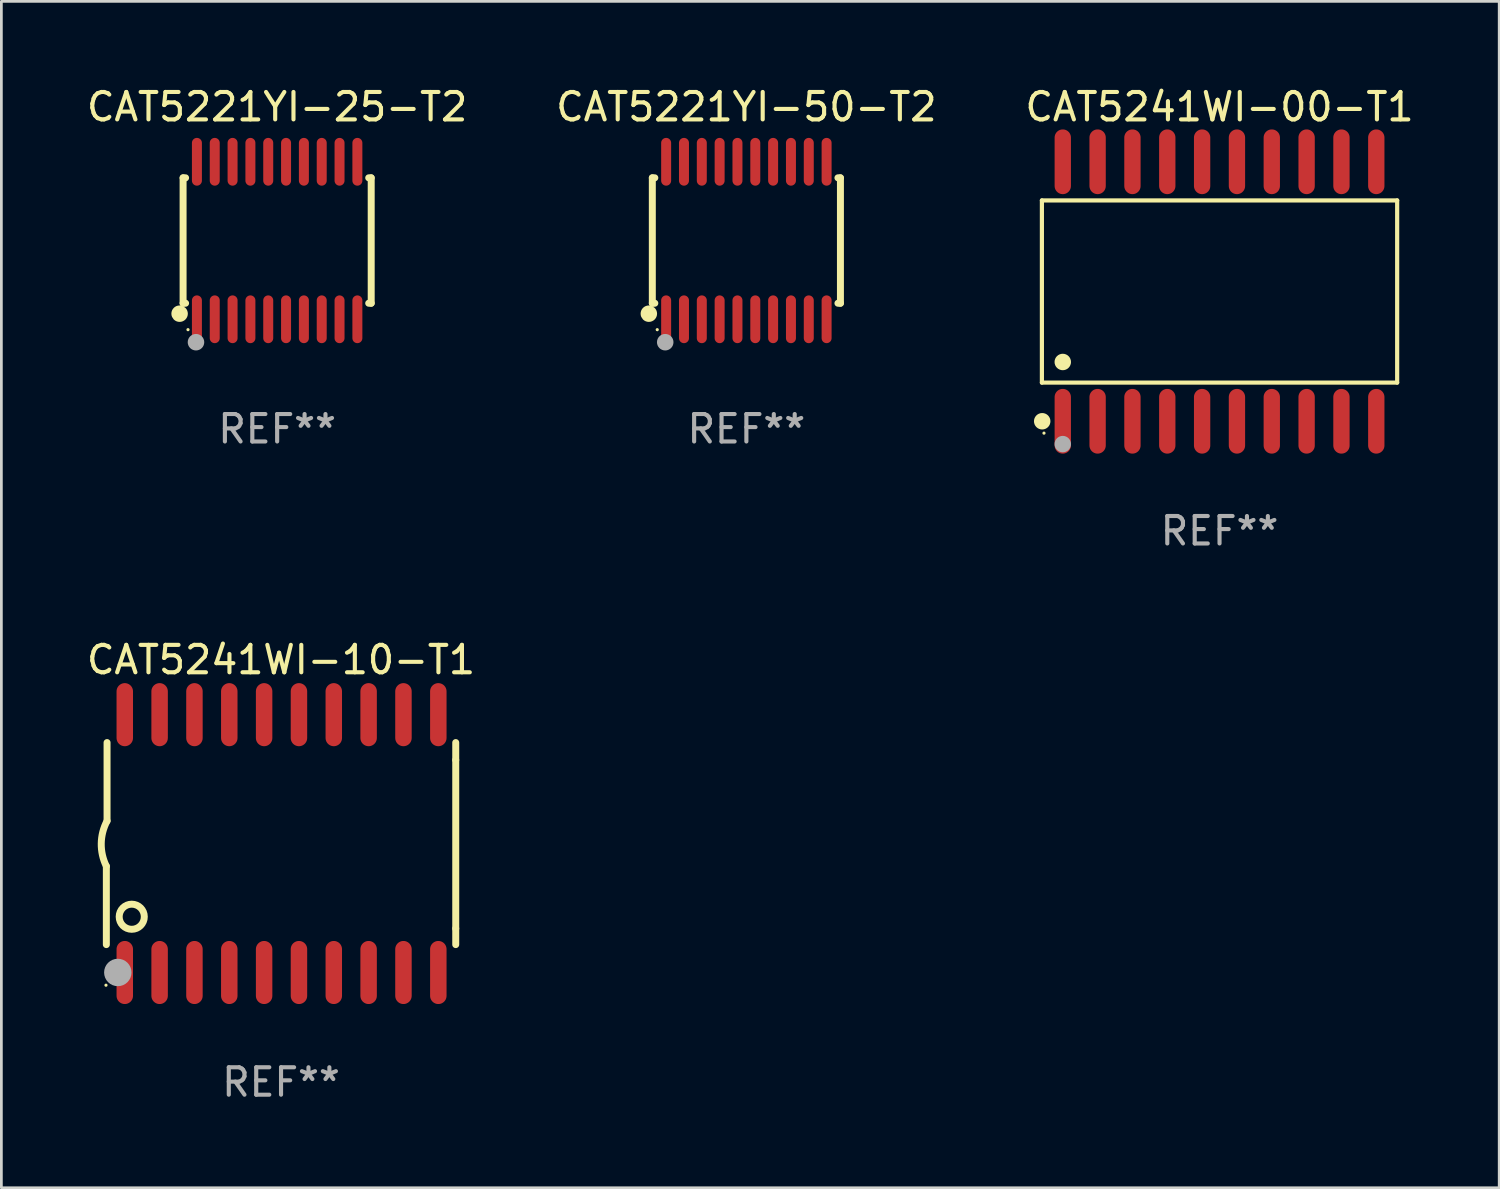
<source format=kicad_pcb>
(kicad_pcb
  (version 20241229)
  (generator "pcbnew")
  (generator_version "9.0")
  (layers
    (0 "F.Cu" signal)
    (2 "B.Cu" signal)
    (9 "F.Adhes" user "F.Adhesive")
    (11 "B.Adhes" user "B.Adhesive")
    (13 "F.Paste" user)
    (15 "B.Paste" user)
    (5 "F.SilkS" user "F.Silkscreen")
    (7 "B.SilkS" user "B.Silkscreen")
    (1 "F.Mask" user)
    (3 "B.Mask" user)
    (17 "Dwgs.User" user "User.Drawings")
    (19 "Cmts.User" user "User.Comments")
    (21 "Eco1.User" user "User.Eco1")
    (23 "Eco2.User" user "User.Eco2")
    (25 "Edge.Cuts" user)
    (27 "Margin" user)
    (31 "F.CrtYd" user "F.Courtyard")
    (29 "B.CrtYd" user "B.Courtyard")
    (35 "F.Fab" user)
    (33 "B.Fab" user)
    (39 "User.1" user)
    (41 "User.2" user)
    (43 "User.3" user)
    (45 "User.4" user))
  (footprint "CAT5221YI-50-T2"
    (layer "F.Cu")
    (at 24.161 5.719)
    (property "Reference" "CAT5221YI-50-T2" (at 0 -4.871 0) (layer "F.SilkS") (effects (font (size 1 1) (thickness 0.15))))
    (attr through_hole)
    (fp_line (start -3.429 -2.286) (end -3.429 2.286) (stroke (width 0.254) (type solid)) (layer "F.SilkS"))
    (fp_line (start -3.429 2.286) (end -3.338 2.286) (stroke (width 0.254) (type solid)) (layer "F.SilkS"))
    (fp_line (start -3.338 -2.286) (end -3.429 -2.286) (stroke (width 0.254) (type solid)) (layer "F.SilkS"))
    (fp_line (start 3.338 -2.286) (end 3.429 -2.286) (stroke (width 0.254) (type solid)) (layer "F.SilkS"))
    (fp_line (start 3.429 -2.286) (end 3.429 2.286) (stroke (width 0.254) (type solid)) (layer "F.SilkS"))
    (fp_line (start 3.429 2.286) (end 3.338 2.286) (stroke (width 0.254) (type solid)) (layer "F.SilkS"))
    (fp_circle (center -3.556 2.667) (end -3.406 2.667) (stroke (width 0.3) (type solid)) (fill no) (layer "F.SilkS"))
    (fp_circle (center -3.25 3.25) (end -3.22 3.25) (stroke (width 0.06) (type solid)) (fill no) (layer "F.SilkS"))
    (fp_circle (center -2.959 3.707) (end -2.808 3.707) (stroke (width 0.3) (type solid)) (fill no) (layer "F.Fab"))
    (fp_text user "REF**" (at 0 6.871 0) (layer "F.Fab") (effects (font (size 1 1) (thickness 0.15))))
    (pad "1" smd oval (at -2.925 2.871) (size 0.364 1.742) (layers "F.Cu" "F.Mask" "F.Paste"))
    (pad "2" smd oval (at -2.275 2.871) (size 0.364 1.742) (layers "F.Cu" "F.Mask" "F.Paste"))
    (pad "3" smd oval (at -1.625 2.871) (size 0.364 1.742) (layers "F.Cu" "F.Mask" "F.Paste"))
    (pad "4" smd oval (at -0.975 2.871) (size 0.364 1.742) (layers "F.Cu" "F.Mask" "F.Paste"))
    (pad "5" smd oval (at -0.325 2.871) (size 0.364 1.742) (layers "F.Cu" "F.Mask" "F.Paste"))
    (pad "6" smd oval (at 0.325 2.871) (size 0.364 1.742) (layers "F.Cu" "F.Mask" "F.Paste"))
    (pad "7" smd oval (at 0.975 2.871) (size 0.364 1.742) (layers "F.Cu" "F.Mask" "F.Paste"))
    (pad "8" smd oval (at 1.625 2.871) (size 0.364 1.742) (layers "F.Cu" "F.Mask" "F.Paste"))
    (pad "9" smd oval (at 2.275 2.871) (size 0.364 1.742) (layers "F.Cu" "F.Mask" "F.Paste"))
    (pad "10" smd oval (at 2.925 2.871) (size 0.364 1.742) (layers "F.Cu" "F.Mask" "F.Paste"))
    (pad "11" smd oval (at 2.925 -2.871) (size 0.364 1.742) (layers "F.Cu" "F.Mask" "F.Paste"))
    (pad "12" smd oval (at 2.275 -2.871) (size 0.364 1.742) (layers "F.Cu" "F.Mask" "F.Paste"))
    (pad "13" smd oval (at 1.625 -2.871) (size 0.364 1.742) (layers "F.Cu" "F.Mask" "F.Paste"))
    (pad "14" smd oval (at 0.975 -2.871) (size 0.364 1.742) (layers "F.Cu" "F.Mask" "F.Paste"))
    (pad "15" smd oval (at 0.325 -2.871) (size 0.364 1.742) (layers "F.Cu" "F.Mask" "F.Paste"))
    (pad "16" smd oval (at -0.325 -2.871) (size 0.364 1.742) (layers "F.Cu" "F.Mask" "F.Paste"))
    (pad "17" smd oval (at -0.975 -2.871) (size 0.364 1.742) (layers "F.Cu" "F.Mask" "F.Paste"))
    (pad "18" smd oval (at -1.625 -2.871) (size 0.364 1.742) (layers "F.Cu" "F.Mask" "F.Paste"))
    (pad "19" smd oval (at -2.275 -2.871) (size 0.364 1.742) (layers "F.Cu" "F.Mask" "F.Paste"))
    (pad "20" smd oval (at -2.925 -2.871) (size 0.364 1.742) (layers "F.Cu" "F.Mask" "F.Paste")))
  (footprint "CAT5221YI-25-T2"
    (layer "F.Cu")
    (at 7.054 5.719)
    (property "Reference" "CAT5221YI-25-T2" (at 0 -4.871 0) (layer "F.SilkS") (effects (font (size 1 1) (thickness 0.15))))
    (attr through_hole)
    (fp_line (start -3.429 -2.286) (end -3.429 2.286) (stroke (width 0.254) (type solid)) (layer "F.SilkS"))
    (fp_line (start -3.429 2.286) (end -3.338 2.286) (stroke (width 0.254) (type solid)) (layer "F.SilkS"))
    (fp_line (start -3.338 -2.286) (end -3.429 -2.286) (stroke (width 0.254) (type solid)) (layer "F.SilkS"))
    (fp_line (start 3.338 -2.286) (end 3.429 -2.286) (stroke (width 0.254) (type solid)) (layer "F.SilkS"))
    (fp_line (start 3.429 -2.286) (end 3.429 2.286) (stroke (width 0.254) (type solid)) (layer "F.SilkS"))
    (fp_line (start 3.429 2.286) (end 3.338 2.286) (stroke (width 0.254) (type solid)) (layer "F.SilkS"))
    (fp_circle (center -3.556 2.667) (end -3.406 2.667) (stroke (width 0.3) (type solid)) (fill no) (layer "F.SilkS"))
    (fp_circle (center -3.25 3.25) (end -3.22 3.25) (stroke (width 0.06) (type solid)) (fill no) (layer "F.SilkS"))
    (fp_circle (center -2.959 3.707) (end -2.808 3.707) (stroke (width 0.3) (type solid)) (fill no) (layer "F.Fab"))
    (fp_text user "REF**" (at 0 6.871 0) (layer "F.Fab") (effects (font (size 1 1) (thickness 0.15))))
    (pad "1" smd oval (at -2.925 2.871) (size 0.364 1.742) (layers "F.Cu" "F.Mask" "F.Paste"))
    (pad "2" smd oval (at -2.275 2.871) (size 0.364 1.742) (layers "F.Cu" "F.Mask" "F.Paste"))
    (pad "3" smd oval (at -1.625 2.871) (size 0.364 1.742) (layers "F.Cu" "F.Mask" "F.Paste"))
    (pad "4" smd oval (at -0.975 2.871) (size 0.364 1.742) (layers "F.Cu" "F.Mask" "F.Paste"))
    (pad "5" smd oval (at -0.325 2.871) (size 0.364 1.742) (layers "F.Cu" "F.Mask" "F.Paste"))
    (pad "6" smd oval (at 0.325 2.871) (size 0.364 1.742) (layers "F.Cu" "F.Mask" "F.Paste"))
    (pad "7" smd oval (at 0.975 2.871) (size 0.364 1.742) (layers "F.Cu" "F.Mask" "F.Paste"))
    (pad "8" smd oval (at 1.625 2.871) (size 0.364 1.742) (layers "F.Cu" "F.Mask" "F.Paste"))
    (pad "9" smd oval (at 2.275 2.871) (size 0.364 1.742) (layers "F.Cu" "F.Mask" "F.Paste"))
    (pad "10" smd oval (at 2.925 2.871) (size 0.364 1.742) (layers "F.Cu" "F.Mask" "F.Paste"))
    (pad "11" smd oval (at 2.925 -2.871) (size 0.364 1.742) (layers "F.Cu" "F.Mask" "F.Paste"))
    (pad "12" smd oval (at 2.275 -2.871) (size 0.364 1.742) (layers "F.Cu" "F.Mask" "F.Paste"))
    (pad "13" smd oval (at 1.625 -2.871) (size 0.364 1.742) (layers "F.Cu" "F.Mask" "F.Paste"))
    (pad "14" smd oval (at 0.975 -2.871) (size 0.364 1.742) (layers "F.Cu" "F.Mask" "F.Paste"))
    (pad "15" smd oval (at 0.325 -2.871) (size 0.364 1.742) (layers "F.Cu" "F.Mask" "F.Paste"))
    (pad "16" smd oval (at -0.325 -2.871) (size 0.364 1.742) (layers "F.Cu" "F.Mask" "F.Paste"))
    (pad "17" smd oval (at -0.975 -2.871) (size 0.364 1.742) (layers "F.Cu" "F.Mask" "F.Paste"))
    (pad "18" smd oval (at -1.625 -2.871) (size 0.364 1.742) (layers "F.Cu" "F.Mask" "F.Paste"))
    (pad "19" smd oval (at -2.275 -2.871) (size 0.364 1.742) (layers "F.Cu" "F.Mask" "F.Paste"))
    (pad "20" smd oval (at -2.925 -2.871) (size 0.364 1.742) (layers "F.Cu" "F.Mask" "F.Paste")))
  (footprint "CAT5241WI-10-T1"
    (layer "F.Cu")
    (at 7.196 27.705)
    (property "Reference" "CAT5241WI-10-T1" (at 0 -6.7 0) (layer "F.SilkS") (effects (font (size 1 1) (thickness 0.15))))
    (attr through_hole)
    (fp_line (start -6.369 0.826) (end -6.369 3.683) (stroke (width 0.254) (type solid)) (layer "F.SilkS"))
    (fp_line (start -6.343 -0.825) (end -6.343 -3.683) (stroke (width 0.254) (type solid)) (layer "F.SilkS"))
    (fp_line (start 6.369 -3.048) (end 6.369 -3.683) (stroke (width 0.254) (type solid)) (layer "F.SilkS"))
    (fp_line (start 6.369 -3.048) (end 6.369 3.096) (stroke (width 0.254) (type solid)) (layer "F.SilkS"))
    (fp_line (start 6.369 3.096) (end 6.369 3.683) (stroke (width 0.254) (type solid)) (layer "F.SilkS"))
    (fp_arc (start -6.36853 0.825552) (mid -6.554743 -0.00301) (end -6.343129 -0.825451) (stroke (width 0.254001) (type solid)) (layer "F.SilkS"))
    (fp_circle (center -6.382 5.163) (end -6.352 5.163) (stroke (width 0.06) (type solid)) (fill no) (layer "F.SilkS"))
    (fp_circle (center -5.443 2.667) (end -4.985 2.667) (stroke (width 0.254) (type solid)) (fill no) (layer "F.SilkS"))
    (fp_circle (center -5.951 4.699) (end -5.701 4.699) (stroke (width 0.5) (type solid)) (fill no) (layer "F.Fab"))
    (fp_text user "REF**" (at 0 8.7 0) (layer "F.Fab") (effects (font (size 1 1) (thickness 0.15))))
    (pad "1" smd oval (at -5.697 4.7 180) (size 0.6 2.3) (layers "F.Cu" "F.Mask" "F.Paste"))
    (pad "2" smd oval (at -4.427 4.7 180) (size 0.6 2.3) (layers "F.Cu" "F.Mask" "F.Paste"))
    (pad "3" smd oval (at -3.157 4.7 180) (size 0.6 2.3) (layers "F.Cu" "F.Mask" "F.Paste"))
    (pad "4" smd oval (at -1.887 4.7 180) (size 0.6 2.3) (layers "F.Cu" "F.Mask" "F.Paste"))
    (pad "5" smd oval (at -0.617 4.7 180) (size 0.6 2.3) (layers "F.Cu" "F.Mask" "F.Paste"))
    (pad "6" smd oval (at 0.653 4.7 180) (size 0.6 2.3) (layers "F.Cu" "F.Mask" "F.Paste"))
    (pad "7" smd oval (at 1.923 4.7 180) (size 0.6 2.3) (layers "F.Cu" "F.Mask" "F.Paste"))
    (pad "8" smd oval (at 3.193 4.7 180) (size 0.6 2.3) (layers "F.Cu" "F.Mask" "F.Paste"))
    (pad "9" smd oval (at 4.463 4.7 180) (size 0.6 2.3) (layers "F.Cu" "F.Mask" "F.Paste"))
    (pad "10" smd oval (at 5.734 4.7 180) (size 0.6 2.3) (layers "F.Cu" "F.Mask" "F.Paste"))
    (pad "11" smd oval (at 5.734 -4.7 180) (size 0.6 2.3) (layers "F.Cu" "F.Mask" "F.Paste"))
    (pad "12" smd oval (at 4.463 -4.7 180) (size 0.6 2.3) (layers "F.Cu" "F.Mask" "F.Paste"))
    (pad "13" smd oval (at 3.193 -4.7 180) (size 0.6 2.3) (layers "F.Cu" "F.Mask" "F.Paste"))
    (pad "14" smd oval (at 1.923 -4.7 180) (size 0.6 2.3) (layers "F.Cu" "F.Mask" "F.Paste"))
    (pad "15" smd oval (at 0.653 -4.7 180) (size 0.6 2.3) (layers "F.Cu" "F.Mask" "F.Paste"))
    (pad "16" smd oval (at -0.617 -4.7 180) (size 0.6 2.3) (layers "F.Cu" "F.Mask" "F.Paste"))
    (pad "17" smd oval (at -1.887 -4.7 180) (size 0.6 2.3) (layers "F.Cu" "F.Mask" "F.Paste"))
    (pad "18" smd oval (at -3.157 -4.7 180) (size 0.6 2.3) (layers "F.Cu" "F.Mask" "F.Paste"))
    (pad "19" smd oval (at -4.427 -4.7 180) (size 0.6 2.3) (layers "F.Cu" "F.Mask" "F.Paste"))
    (pad "20" smd oval (at -5.697 -4.7 180) (size 0.6 2.3) (layers "F.Cu" "F.Mask" "F.Paste")))
  (footprint "CAT5241WI-00-T1"
    (layer "F.Cu")
    (at 41.411 7.578)
    (property "Reference" "CAT5241WI-00-T1" (at 0 -6.73 0) (layer "F.SilkS") (effects (font (size 1 1) (thickness 0.15))))
    (attr through_hole)
    (fp_line (start -6.476 -3.321) (end 6.476 -3.321) (stroke (width 0.152) (type solid)) (layer "F.SilkS"))
    (fp_line (start -6.476 3.321) (end -6.476 -3.321) (stroke (width 0.152) (type solid)) (layer "F.SilkS"))
    (fp_line (start 6.476 -3.321) (end 6.476 3.321) (stroke (width 0.152) (type solid)) (layer "F.SilkS"))
    (fp_line (start 6.476 3.321) (end -6.476 3.321) (stroke (width 0.152) (type solid)) (layer "F.SilkS"))
    (fp_circle (center -6.465 4.73) (end -6.315 4.73) (stroke (width 0.3) (type solid)) (fill no) (layer "F.SilkS"))
    (fp_circle (center -6.4 5.163) (end -6.37 5.163) (stroke (width 0.06) (type solid)) (fill no) (layer "F.SilkS"))
    (fp_circle (center -5.715 2.569) (end -5.565 2.569) (stroke (width 0.3) (type solid)) (fill no) (layer "F.SilkS"))
    (fp_circle (center -5.715 5.563) (end -5.565 5.563) (stroke (width 0.3) (type solid)) (fill no) (layer "F.Fab"))
    (fp_text user "REF**" (at 0 8.73 0) (layer "F.Fab") (effects (font (size 1 1) (thickness 0.15))))
    (pad "1" smd oval (at -5.715 4.73) (size 0.595 2.36) (layers "F.Cu" "F.Mask" "F.Paste"))
    (pad "2" smd oval (at -4.445 4.73) (size 0.595 2.36) (layers "F.Cu" "F.Mask" "F.Paste"))
    (pad "3" smd oval (at -3.175 4.73) (size 0.595 2.36) (layers "F.Cu" "F.Mask" "F.Paste"))
    (pad "4" smd oval (at -1.905 4.73) (size 0.595 2.36) (layers "F.Cu" "F.Mask" "F.Paste"))
    (pad "5" smd oval (at -0.635 4.73) (size 0.595 2.36) (layers "F.Cu" "F.Mask" "F.Paste"))
    (pad "6" smd oval (at 0.635 4.73) (size 0.595 2.36) (layers "F.Cu" "F.Mask" "F.Paste"))
    (pad "7" smd oval (at 1.905 4.73) (size 0.595 2.36) (layers "F.Cu" "F.Mask" "F.Paste"))
    (pad "8" smd oval (at 3.175 4.73) (size 0.595 2.36) (layers "F.Cu" "F.Mask" "F.Paste"))
    (pad "9" smd oval (at 4.445 4.73) (size 0.595 2.36) (layers "F.Cu" "F.Mask" "F.Paste"))
    (pad "10" smd oval (at 5.715 4.73) (size 0.595 2.36) (layers "F.Cu" "F.Mask" "F.Paste"))
    (pad "11" smd oval (at 5.715 -4.73) (size 0.595 2.36) (layers "F.Cu" "F.Mask" "F.Paste"))
    (pad "12" smd oval (at 4.445 -4.73) (size 0.595 2.36) (layers "F.Cu" "F.Mask" "F.Paste"))
    (pad "13" smd oval (at 3.175 -4.73) (size 0.595 2.36) (layers "F.Cu" "F.Mask" "F.Paste"))
    (pad "14" smd oval (at 1.905 -4.73) (size 0.595 2.36) (layers "F.Cu" "F.Mask" "F.Paste"))
    (pad "15" smd oval (at 0.635 -4.73) (size 0.595 2.36) (layers "F.Cu" "F.Mask" "F.Paste"))
    (pad "16" smd oval (at -0.635 -4.73) (size 0.595 2.36) (layers "F.Cu" "F.Mask" "F.Paste"))
    (pad "17" smd oval (at -1.905 -4.73) (size 0.595 2.36) (layers "F.Cu" "F.Mask" "F.Paste"))
    (pad "18" smd oval (at -3.175 -4.73) (size 0.595 2.36) (layers "F.Cu" "F.Mask" "F.Paste"))
    (pad "19" smd oval (at -4.445 -4.73) (size 0.595 2.36) (layers "F.Cu" "F.Mask" "F.Paste"))
    (pad "20" smd oval (at -5.715 -4.73) (size 0.595 2.36) (layers "F.Cu" "F.Mask" "F.Paste")))
  (gr_rect
    (start -3 -3)
    (end 51.607 40.253)
    (stroke (width 0.1) (type default))
    (fill no)
    (layer "Edge.Cuts")))
</source>
